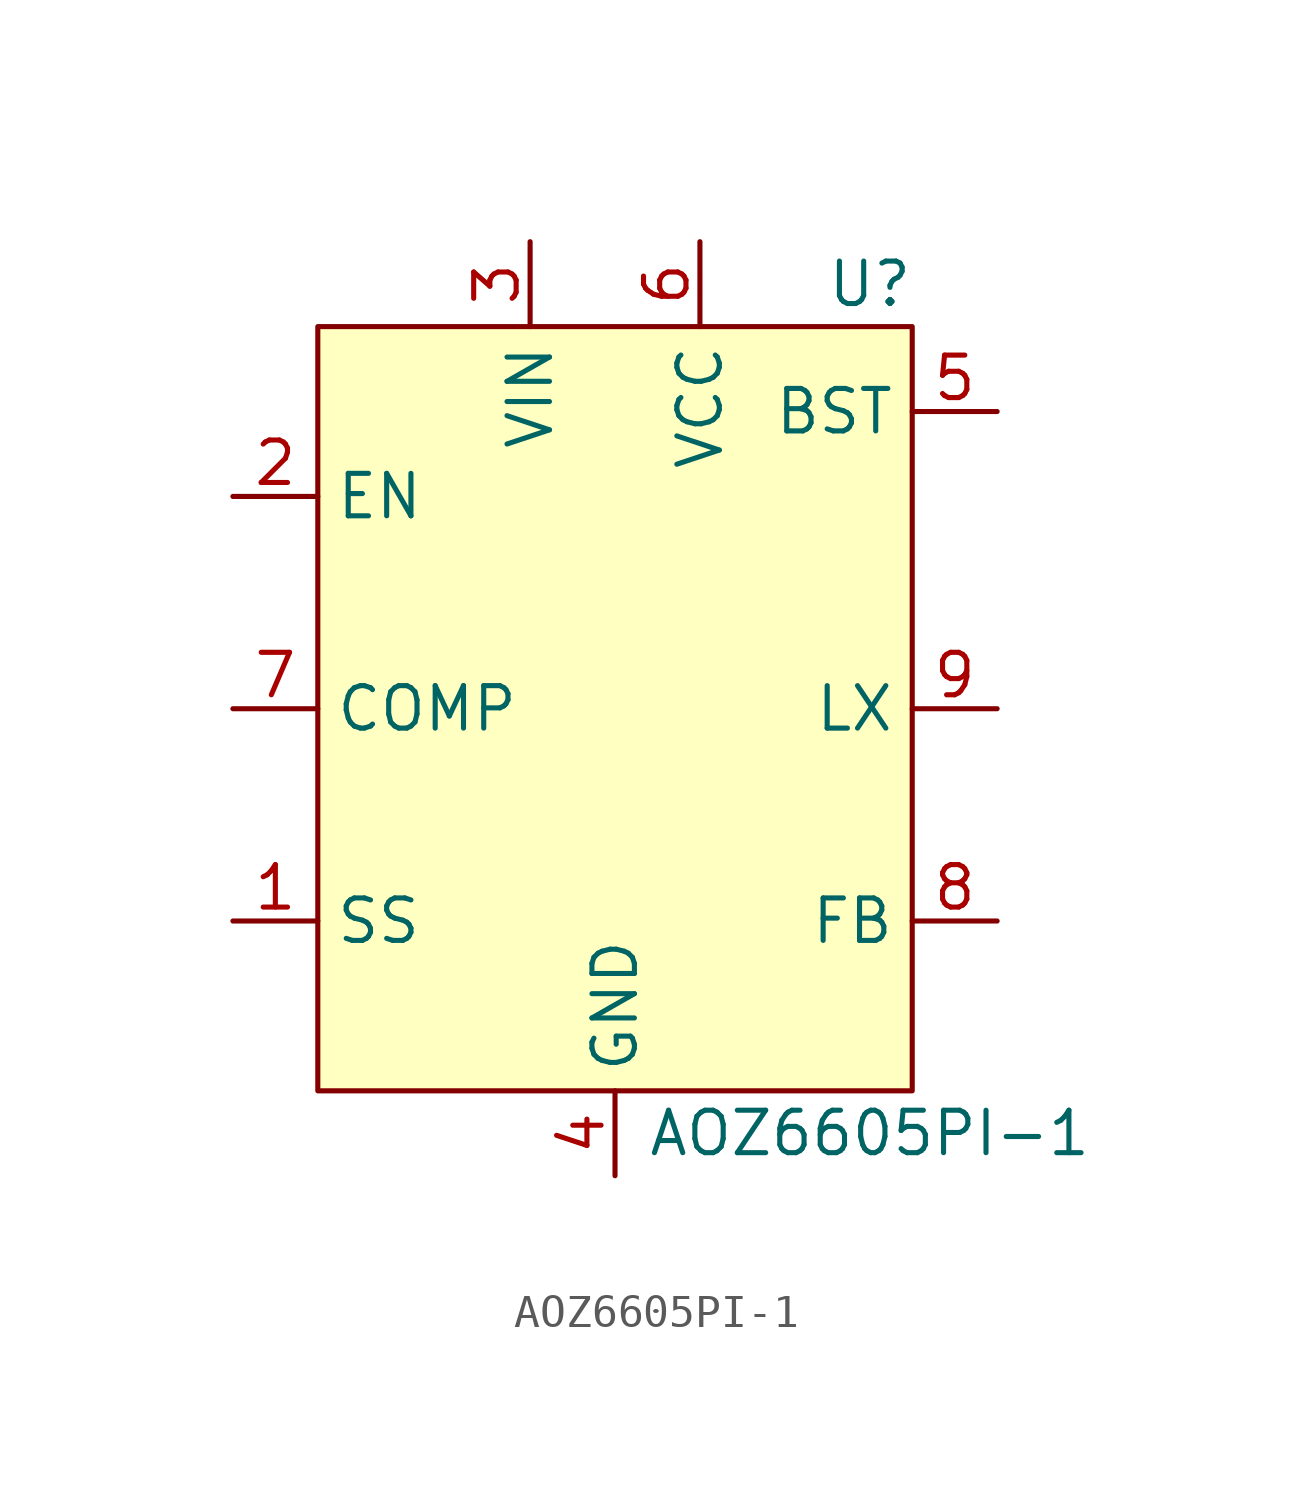
<source format=kicad_sym>
(kicad_symbol_lib
  (version 20220914)
  (generator kicad_symbol_editor)
  (symbol "AOZ6605PI-1"
    (property "Reference" "U"
      (at 7.62 12.7 0)
      (effects (font (size 1.27 1.27))))
    (property "Value" "AOZ6605PI-1"
      (at 7.62 -12.7 0)
      (effects (font (size 1.27 1.27))))
    (symbol "AOZ6605PI-1_0_0"
      (pin input line (at -11.43 -6.35 0) (length 2.54) (name "SS" (effects (font (size 1.27 1.27)))) (number "1" (effects (font (size 1.27 1.27)))))
      (pin input line (at -11.43 6.35 0) (length 2.54) (name "EN" (effects (font (size 1.27 1.27)))) (number "2" (effects (font (size 1.27 1.27)))))
      (pin input line (at -2.54 13.97 270) (length 2.54) (name "VIN" (effects (font (size 1.27 1.27)))) (number "3" (effects (font (size 1.27 1.27)))))
      (pin input line (at 0 -13.97 90) (length 2.54) (name "GND" (effects (font (size 1.27 1.27)))) (number "4" (effects (font (size 1.27 1.27)))))
      (pin input line (at 11.43 8.89 180) (length 2.54) (name "BST" (effects (font (size 1.27 1.27)))) (number "5" (effects (font (size 1.27 1.27)))))
      (pin input line (at 2.54 13.97 270) (length 2.54) (name "VCC" (effects (font (size 1.27 1.27)))) (number "6" (effects (font (size 1.27 1.27)))))
      (pin input line (at -11.43 0 0) (length 2.54) (name "COMP" (effects (font (size 1.27 1.27)))) (number "7" (effects (font (size 1.27 1.27)))))
      (pin input line (at 11.43 -6.35 180) (length 2.54) (name "FB" (effects (font (size 1.27 1.27)))) (number "8" (effects (font (size 1.27 1.27))))))
    (symbol "AOZ6605PI-1_1_0"
      (pin input line (at 11.43 0 180) (length 2.54) (name "LX" (effects (font (size 1.27 1.27)))) (number "9" (effects (font (size 1.27 1.27))))))
    (symbol "AOZ6605PI-1_1_1"
      (rectangle (start -8.89 11.43) (end 8.89 -11.43) (stroke (width 0) (type default)) (fill (type background))))))
</source>
